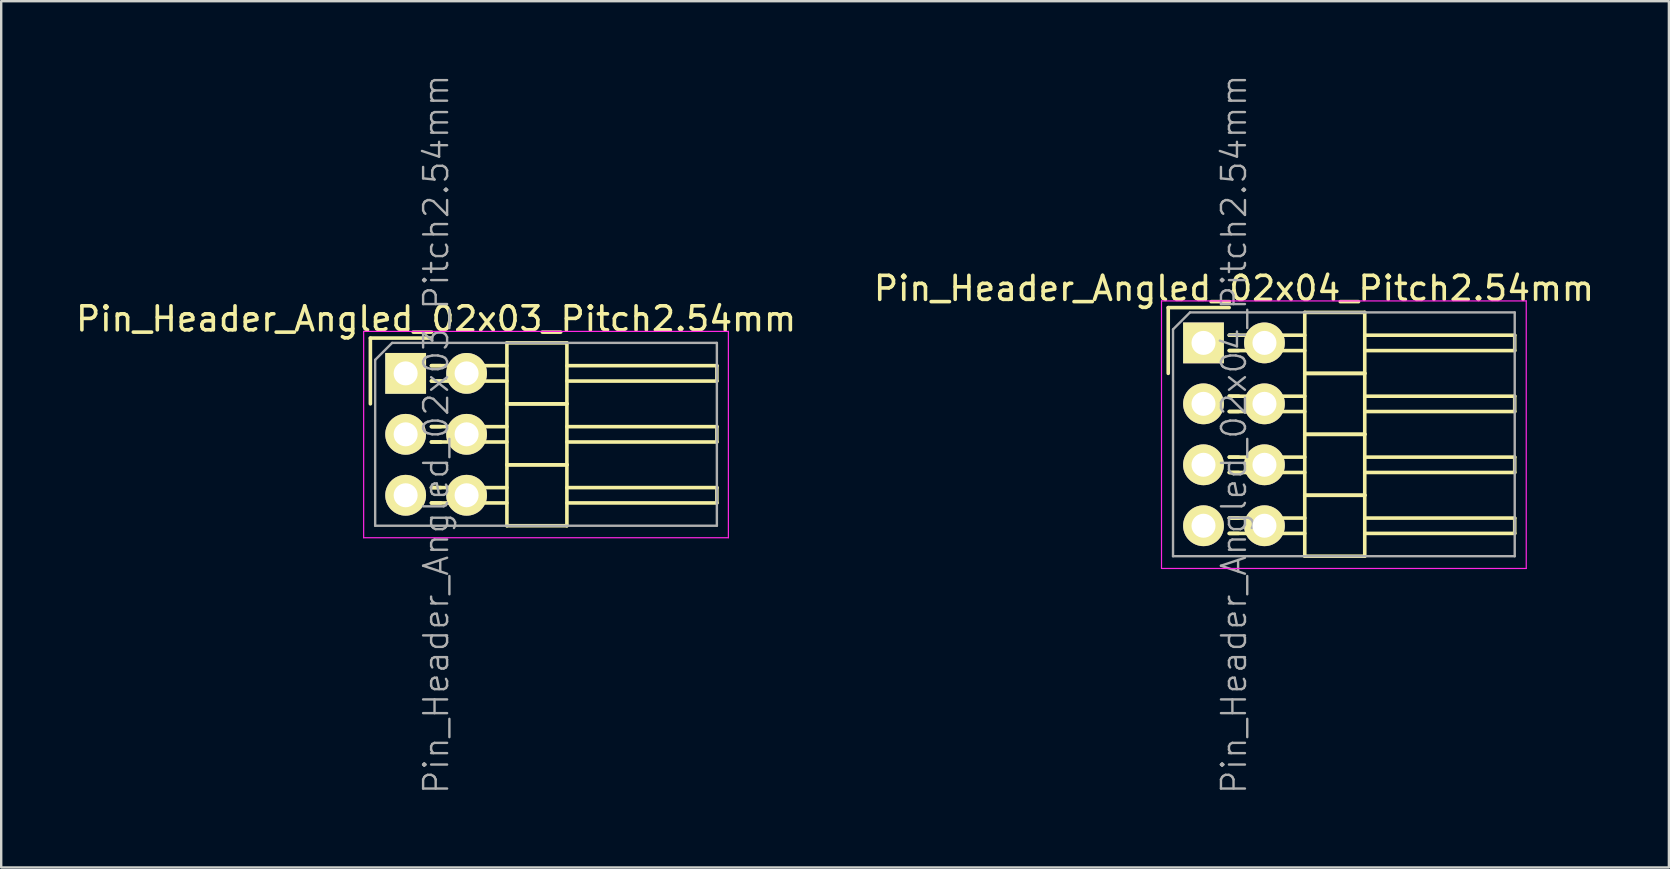
<source format=kicad_pcb>
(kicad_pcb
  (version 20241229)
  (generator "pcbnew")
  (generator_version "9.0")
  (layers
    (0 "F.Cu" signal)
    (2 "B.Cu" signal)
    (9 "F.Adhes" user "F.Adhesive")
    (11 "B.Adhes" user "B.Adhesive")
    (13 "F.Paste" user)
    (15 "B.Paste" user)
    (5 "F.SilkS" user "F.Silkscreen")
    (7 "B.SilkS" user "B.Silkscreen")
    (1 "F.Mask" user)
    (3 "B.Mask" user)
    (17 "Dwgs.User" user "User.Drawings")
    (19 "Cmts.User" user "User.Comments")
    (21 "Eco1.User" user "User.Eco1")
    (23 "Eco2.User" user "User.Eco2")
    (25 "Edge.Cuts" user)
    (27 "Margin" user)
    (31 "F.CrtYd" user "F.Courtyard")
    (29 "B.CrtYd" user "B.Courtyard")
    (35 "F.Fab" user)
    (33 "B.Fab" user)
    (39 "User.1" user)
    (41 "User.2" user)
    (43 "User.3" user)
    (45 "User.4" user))
  (footprint "Pin_Header_Angled_02x03_Pitch2.54mm"
    (layer "F.Cu")
    (at 13.855 12.51)
    (property "Reference" "Pin_Header_Angled_02x03_Pitch2.54mm" (at 1.27 -2.27 0) (layer "F.SilkS") (effects (font (size 1 1) (thickness 0.15))))
    (attr smd)
    (fp_line (start -1.47 -1.47) (end -1.47 1.27) (stroke (width 0.15) (type solid)) (layer "F.SilkS"))
    (fp_line (start -1.47 -1.47) (end 1.07 -1.47) (stroke (width 0.15) (type solid)) (layer "F.SilkS"))
    (fp_line (start 1.465 -0.32) (end 1.075 -0.32) (stroke (width 0.15) (type solid)) (layer "F.SilkS"))
    (fp_line (start 1.465 0.32) (end 1.075 0.32) (stroke (width 0.15) (type solid)) (layer "F.SilkS"))
    (fp_line (start 1.465 2.22) (end 1.075 2.22) (stroke (width 0.15) (type solid)) (layer "F.SilkS"))
    (fp_line (start 1.465 2.86) (end 1.075 2.86) (stroke (width 0.15) (type solid)) (layer "F.SilkS"))
    (fp_line (start 1.465 4.76) (end 1.075 4.76) (stroke (width 0.15) (type solid)) (layer "F.SilkS"))
    (fp_line (start 1.465 5.4) (end 1.075 5.4) (stroke (width 0.15) (type solid)) (layer "F.SilkS"))
    (fp_line (start 4.22 -0.32) (end 1.075 -0.32) (stroke (width 0.15) (type solid)) (layer "F.SilkS"))
    (fp_line (start 4.22 0.32) (end 1.075 0.32) (stroke (width 0.15) (type solid)) (layer "F.SilkS"))
    (fp_line (start 4.22 1.27) (end 4.22 -1.27) (stroke (width 0.15) (type solid)) (layer "F.SilkS"))
    (fp_line (start 4.22 2.22) (end 1.075 2.22) (stroke (width 0.15) (type solid)) (layer "F.SilkS"))
    (fp_line (start 4.22 2.86) (end 1.075 2.86) (stroke (width 0.15) (type solid)) (layer "F.SilkS"))
    (fp_line (start 4.22 3.81) (end 4.22 1.27) (stroke (width 0.15) (type solid)) (layer "F.SilkS"))
    (fp_line (start 4.22 4.76) (end 1.075 4.76) (stroke (width 0.15) (type solid)) (layer "F.SilkS"))
    (fp_line (start 4.22 5.4) (end 1.075 5.4) (stroke (width 0.15) (type solid)) (layer "F.SilkS"))
    (fp_line (start 4.22 6.35) (end 4.22 3.81) (stroke (width 0.15) (type solid)) (layer "F.SilkS"))
    (fp_line (start 6.72 -1.27) (end 4.22 -1.27) (stroke (width 0.15) (type solid)) (layer "F.SilkS"))
    (fp_line (start 6.72 -0.32) (end 12.97 -0.32) (stroke (width 0.15) (type solid)) (layer "F.SilkS"))
    (fp_line (start 6.72 0.32) (end 12.97 0.32) (stroke (width 0.15) (type solid)) (layer "F.SilkS"))
    (fp_line (start 6.72 1.27) (end 4.22 1.27) (stroke (width 0.15) (type solid)) (layer "F.SilkS"))
    (fp_line (start 6.72 1.27) (end 4.22 1.27) (stroke (width 0.15) (type solid)) (layer "F.SilkS"))
    (fp_line (start 6.72 1.27) (end 6.72 -1.27) (stroke (width 0.15) (type solid)) (layer "F.SilkS"))
    (fp_line (start 6.72 2.22) (end 12.97 2.22) (stroke (width 0.15) (type solid)) (layer "F.SilkS"))
    (fp_line (start 6.72 2.86) (end 12.97 2.86) (stroke (width 0.15) (type solid)) (layer "F.SilkS"))
    (fp_line (start 6.72 3.81) (end 4.22 3.81) (stroke (width 0.15) (type solid)) (layer "F.SilkS"))
    (fp_line (start 6.72 3.81) (end 4.22 3.81) (stroke (width 0.15) (type solid)) (layer "F.SilkS"))
    (fp_line (start 6.72 3.81) (end 6.72 1.27) (stroke (width 0.15) (type solid)) (layer "F.SilkS"))
    (fp_line (start 6.72 4.76) (end 12.97 4.76) (stroke (width 0.15) (type solid)) (layer "F.SilkS"))
    (fp_line (start 6.72 5.4) (end 12.97 5.4) (stroke (width 0.15) (type solid)) (layer "F.SilkS"))
    (fp_line (start 6.72 6.35) (end 4.22 6.35) (stroke (width 0.15) (type solid)) (layer "F.SilkS"))
    (fp_line (start 6.72 6.35) (end 6.72 3.81) (stroke (width 0.15) (type solid)) (layer "F.SilkS"))
    (fp_line (start 12.97 0.32) (end 12.97 -0.32) (stroke (width 0.15) (type solid)) (layer "F.SilkS"))
    (fp_line (start 12.97 2.86) (end 12.97 2.22) (stroke (width 0.15) (type solid)) (layer "F.SilkS"))
    (fp_line (start 12.97 5.4) (end 12.97 4.76) (stroke (width 0.15) (type solid)) (layer "F.SilkS"))
    (fp_line (start -1.75 -1.75) (end -1.75 6.85) (stroke (width 0.05) (type solid)) (layer "F.CrtYd"))
    (fp_line (start 13.45 -1.75) (end -1.75 -1.75) (stroke (width 0.05) (type solid)) (layer "F.CrtYd"))
    (fp_line (start 13.45 -1.75) (end 13.45 6.85) (stroke (width 0.05) (type solid)) (layer "F.CrtYd"))
    (fp_line (start 13.45 6.85) (end -1.75 6.85) (stroke (width 0.05) (type solid)) (layer "F.CrtYd"))
    (fp_line (start -1.27 -0.563) (end -0.563 -1.27) (stroke (width 0.1) (type solid)) (layer "F.Fab"))
    (fp_line (start -1.27 6.35) (end -1.27 -0.563) (stroke (width 0.1) (type solid)) (layer "F.Fab"))
    (fp_line (start 12.97 -1.27) (end -0.563 -1.27) (stroke (width 0.1) (type solid)) (layer "F.Fab"))
    (fp_line (start 12.97 6.35) (end -1.27 6.35) (stroke (width 0.1) (type solid)) (layer "F.Fab"))
    (fp_line (start 12.97 6.35) (end 12.97 -1.27) (stroke (width 0.1) (type solid)) (layer "F.Fab"))
    (fp_text user "${REFERENCE}" (at 1.27 2.54 90) (layer "F.Fab") (effects (font (size 1 1) (thickness 0.1))))
    (pad "1" thru_hole rect (at 0 0) (size 1.7 1.7) (drill 1) (layers "*.Cu" "*.Mask" "F.SilkS"))
    (pad "2" thru_hole oval (at 2.54 0) (size 1.7 1.7) (drill 1) (layers "*.Cu" "*.Mask" "F.SilkS"))
    (pad "3" thru_hole oval (at 0 2.54) (size 1.7 1.7) (drill 1) (layers "*.Cu" "*.Mask" "F.SilkS"))
    (pad "4" thru_hole oval (at 2.54 2.54) (size 1.7 1.7) (drill 1) (layers "*.Cu" "*.Mask" "F.SilkS"))
    (pad "5" thru_hole oval (at 0 5.08) (size 1.7 1.7) (drill 1) (layers "*.Cu" "*.Mask" "F.SilkS"))
    (pad "6" thru_hole oval (at 2.54 5.08) (size 1.7 1.7) (drill 1) (layers "*.Cu" "*.Mask" "F.SilkS")))
  (footprint "Pin_Header_Angled_02x04_Pitch2.54mm"
    (layer "F.Cu")
    (at 47.105 11.24)
    (property "Reference" "Pin_Header_Angled_02x04_Pitch2.54mm" (at 1.27 -2.27 0) (layer "F.SilkS") (effects (font (size 1 1) (thickness 0.15))))
    (attr smd)
    (fp_line (start -1.47 -1.47) (end -1.47 1.27) (stroke (width 0.15) (type solid)) (layer "F.SilkS"))
    (fp_line (start -1.47 -1.47) (end 1.07 -1.47) (stroke (width 0.15) (type solid)) (layer "F.SilkS"))
    (fp_line (start 1.465 -0.32) (end 1.075 -0.32) (stroke (width 0.15) (type solid)) (layer "F.SilkS"))
    (fp_line (start 1.465 0.32) (end 1.075 0.32) (stroke (width 0.15) (type solid)) (layer "F.SilkS"))
    (fp_line (start 1.465 2.22) (end 1.075 2.22) (stroke (width 0.15) (type solid)) (layer "F.SilkS"))
    (fp_line (start 1.465 2.86) (end 1.075 2.86) (stroke (width 0.15) (type solid)) (layer "F.SilkS"))
    (fp_line (start 1.465 4.76) (end 1.075 4.76) (stroke (width 0.15) (type solid)) (layer "F.SilkS"))
    (fp_line (start 1.465 5.4) (end 1.075 5.4) (stroke (width 0.15) (type solid)) (layer "F.SilkS"))
    (fp_line (start 1.465 7.3) (end 1.075 7.3) (stroke (width 0.15) (type solid)) (layer "F.SilkS"))
    (fp_line (start 1.465 7.94) (end 1.075 7.94) (stroke (width 0.15) (type solid)) (layer "F.SilkS"))
    (fp_line (start 4.22 -0.32) (end 1.075 -0.32) (stroke (width 0.15) (type solid)) (layer "F.SilkS"))
    (fp_line (start 4.22 0.32) (end 1.075 0.32) (stroke (width 0.15) (type solid)) (layer "F.SilkS"))
    (fp_line (start 4.22 1.27) (end 4.22 -1.27) (stroke (width 0.15) (type solid)) (layer "F.SilkS"))
    (fp_line (start 4.22 2.22) (end 1.075 2.22) (stroke (width 0.15) (type solid)) (layer "F.SilkS"))
    (fp_line (start 4.22 2.86) (end 1.075 2.86) (stroke (width 0.15) (type solid)) (layer "F.SilkS"))
    (fp_line (start 4.22 3.81) (end 4.22 1.27) (stroke (width 0.15) (type solid)) (layer "F.SilkS"))
    (fp_line (start 4.22 4.76) (end 1.075 4.76) (stroke (width 0.15) (type solid)) (layer "F.SilkS"))
    (fp_line (start 4.22 5.4) (end 1.075 5.4) (stroke (width 0.15) (type solid)) (layer "F.SilkS"))
    (fp_line (start 4.22 6.35) (end 4.22 3.81) (stroke (width 0.15) (type solid)) (layer "F.SilkS"))
    (fp_line (start 4.22 7.3) (end 1.075 7.3) (stroke (width 0.15) (type solid)) (layer "F.SilkS"))
    (fp_line (start 4.22 7.94) (end 1.075 7.94) (stroke (width 0.15) (type solid)) (layer "F.SilkS"))
    (fp_line (start 4.22 8.89) (end 4.22 6.35) (stroke (width 0.15) (type solid)) (layer "F.SilkS"))
    (fp_line (start 6.72 -1.27) (end 4.22 -1.27) (stroke (width 0.15) (type solid)) (layer "F.SilkS"))
    (fp_line (start 6.72 -0.32) (end 12.97 -0.32) (stroke (width 0.15) (type solid)) (layer "F.SilkS"))
    (fp_line (start 6.72 0.32) (end 12.97 0.32) (stroke (width 0.15) (type solid)) (layer "F.SilkS"))
    (fp_line (start 6.72 1.27) (end 4.22 1.27) (stroke (width 0.15) (type solid)) (layer "F.SilkS"))
    (fp_line (start 6.72 1.27) (end 4.22 1.27) (stroke (width 0.15) (type solid)) (layer "F.SilkS"))
    (fp_line (start 6.72 1.27) (end 6.72 -1.27) (stroke (width 0.15) (type solid)) (layer "F.SilkS"))
    (fp_line (start 6.72 2.22) (end 12.97 2.22) (stroke (width 0.15) (type solid)) (layer "F.SilkS"))
    (fp_line (start 6.72 2.86) (end 12.97 2.86) (stroke (width 0.15) (type solid)) (layer "F.SilkS"))
    (fp_line (start 6.72 3.81) (end 4.22 3.81) (stroke (width 0.15) (type solid)) (layer "F.SilkS"))
    (fp_line (start 6.72 3.81) (end 4.22 3.81) (stroke (width 0.15) (type solid)) (layer "F.SilkS"))
    (fp_line (start 6.72 3.81) (end 6.72 1.27) (stroke (width 0.15) (type solid)) (layer "F.SilkS"))
    (fp_line (start 6.72 4.76) (end 12.97 4.76) (stroke (width 0.15) (type solid)) (layer "F.SilkS"))
    (fp_line (start 6.72 5.4) (end 12.97 5.4) (stroke (width 0.15) (type solid)) (layer "F.SilkS"))
    (fp_line (start 6.72 6.35) (end 4.22 6.35) (stroke (width 0.15) (type solid)) (layer "F.SilkS"))
    (fp_line (start 6.72 6.35) (end 4.22 6.35) (stroke (width 0.15) (type solid)) (layer "F.SilkS"))
    (fp_line (start 6.72 6.35) (end 6.72 3.81) (stroke (width 0.15) (type solid)) (layer "F.SilkS"))
    (fp_line (start 6.72 7.3) (end 12.97 7.3) (stroke (width 0.15) (type solid)) (layer "F.SilkS"))
    (fp_line (start 6.72 7.94) (end 12.97 7.94) (stroke (width 0.15) (type solid)) (layer "F.SilkS"))
    (fp_line (start 6.72 8.89) (end 4.22 8.89) (stroke (width 0.15) (type solid)) (layer "F.SilkS"))
    (fp_line (start 6.72 8.89) (end 6.72 6.35) (stroke (width 0.15) (type solid)) (layer "F.SilkS"))
    (fp_line (start 12.97 0.32) (end 12.97 -0.32) (stroke (width 0.15) (type solid)) (layer "F.SilkS"))
    (fp_line (start 12.97 2.86) (end 12.97 2.22) (stroke (width 0.15) (type solid)) (layer "F.SilkS"))
    (fp_line (start 12.97 5.4) (end 12.97 4.76) (stroke (width 0.15) (type solid)) (layer "F.SilkS"))
    (fp_line (start 12.97 7.94) (end 12.97 7.3) (stroke (width 0.15) (type solid)) (layer "F.SilkS"))
    (fp_line (start -1.75 -1.75) (end -1.75 9.4) (stroke (width 0.05) (type solid)) (layer "F.CrtYd"))
    (fp_line (start 13.45 -1.75) (end -1.75 -1.75) (stroke (width 0.05) (type solid)) (layer "F.CrtYd"))
    (fp_line (start 13.45 -1.75) (end 13.45 9.4) (stroke (width 0.05) (type solid)) (layer "F.CrtYd"))
    (fp_line (start 13.45 9.4) (end -1.75 9.4) (stroke (width 0.05) (type solid)) (layer "F.CrtYd"))
    (fp_line (start -1.27 -0.563) (end -0.563 -1.27) (stroke (width 0.1) (type solid)) (layer "F.Fab"))
    (fp_line (start -1.27 8.89) (end -1.27 -0.563) (stroke (width 0.1) (type solid)) (layer "F.Fab"))
    (fp_line (start 12.97 -1.27) (end -0.563 -1.27) (stroke (width 0.1) (type solid)) (layer "F.Fab"))
    (fp_line (start 12.97 8.89) (end -1.27 8.89) (stroke (width 0.1) (type solid)) (layer "F.Fab"))
    (fp_line (start 12.97 8.89) (end 12.97 -1.27) (stroke (width 0.1) (type solid)) (layer "F.Fab"))
    (fp_text user "${REFERENCE}" (at 1.27 3.81 90) (layer "F.Fab") (effects (font (size 1 1) (thickness 0.1))))
    (pad "1" thru_hole rect (at 0 0) (size 1.7 1.7) (drill 1) (layers "*.Cu" "*.Mask" "F.SilkS"))
    (pad "2" thru_hole oval (at 2.54 0) (size 1.7 1.7) (drill 1) (layers "*.Cu" "*.Mask" "F.SilkS"))
    (pad "3" thru_hole oval (at 0 2.54) (size 1.7 1.7) (drill 1) (layers "*.Cu" "*.Mask" "F.SilkS"))
    (pad "4" thru_hole oval (at 2.54 2.54) (size 1.7 1.7) (drill 1) (layers "*.Cu" "*.Mask" "F.SilkS"))
    (pad "5" thru_hole oval (at 0 5.08) (size 1.7 1.7) (drill 1) (layers "*.Cu" "*.Mask" "F.SilkS"))
    (pad "6" thru_hole oval (at 2.54 5.08) (size 1.7 1.7) (drill 1) (layers "*.Cu" "*.Mask" "F.SilkS"))
    (pad "7" thru_hole oval (at 0 7.62) (size 1.7 1.7) (drill 1) (layers "*.Cu" "*.Mask" "F.SilkS"))
    (pad "8" thru_hole oval (at 2.54 7.62) (size 1.7 1.7) (drill 1) (layers "*.Cu" "*.Mask" "F.SilkS")))
  (gr_rect
    (start -3 -3)
    (end 66.5 33.1)
    (stroke (width 0.1) (type default))
    (fill no)
    (layer "Edge.Cuts")))
</source>
